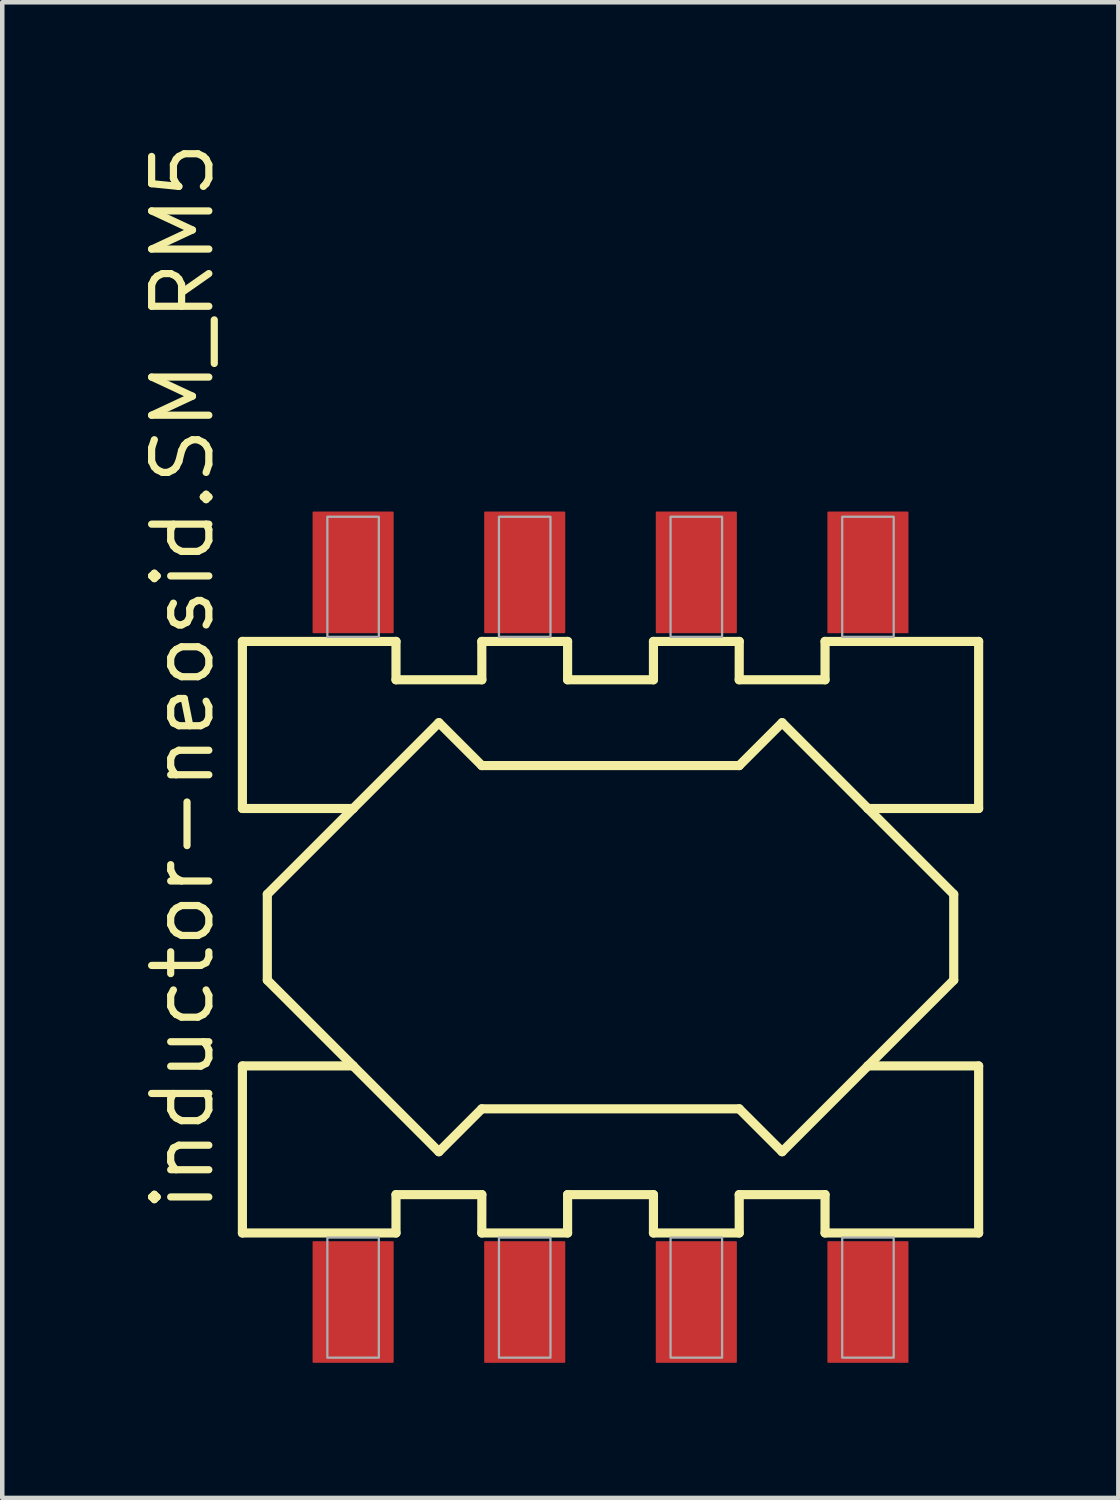
<source format=kicad_pcb>
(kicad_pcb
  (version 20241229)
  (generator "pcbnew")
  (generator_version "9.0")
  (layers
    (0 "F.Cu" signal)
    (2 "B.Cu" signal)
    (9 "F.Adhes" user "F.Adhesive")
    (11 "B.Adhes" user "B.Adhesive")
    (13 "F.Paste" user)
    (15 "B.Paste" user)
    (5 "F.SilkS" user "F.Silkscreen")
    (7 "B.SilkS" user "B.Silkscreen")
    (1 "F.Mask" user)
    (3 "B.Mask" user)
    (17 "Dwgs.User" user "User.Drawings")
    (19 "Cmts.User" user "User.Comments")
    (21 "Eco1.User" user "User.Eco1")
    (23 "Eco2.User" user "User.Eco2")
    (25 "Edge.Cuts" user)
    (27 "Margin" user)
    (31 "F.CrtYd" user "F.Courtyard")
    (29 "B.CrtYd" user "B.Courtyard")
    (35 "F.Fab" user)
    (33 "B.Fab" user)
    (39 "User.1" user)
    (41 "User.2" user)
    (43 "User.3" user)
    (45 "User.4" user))
  (footprint "inductor-neosid.SM_RM5"
    (layer "F.Cu")
    (at 10.505 17.758)
    (property "Reference" "inductor-neosid.SM_RM5" (at -8.755 6.175 90) (layer "F.SilkS") (effects (font (size 1.27 1.27) (thickness 0.16)) (justify left bottom)))
    (attr smd)
    (fp_line (start -8.173 -6.567) (end -4.763 -6.567) (stroke (width 0.203) (type default)) (layer "F.SilkS"))
    (fp_line (start -8.173 -2.858) (end -8.173 -6.567) (stroke (width 0.203) (type default)) (layer "F.SilkS"))
    (fp_line (start -8.173 2.858) (end -5.715 2.857) (stroke (width 0.203) (type default)) (layer "F.SilkS"))
    (fp_line (start -8.173 6.567) (end -8.173 2.858) (stroke (width 0.203) (type default)) (layer "F.SilkS"))
    (fp_line (start -7.62 -0.953) (end -5.715 -2.857) (stroke (width 0.203) (type default)) (layer "F.SilkS"))
    (fp_line (start -7.62 0.953) (end -7.62 -0.953) (stroke (width 0.203) (type default)) (layer "F.SilkS"))
    (fp_line (start -5.715 -2.857) (end -8.173 -2.858) (stroke (width 0.203) (type default)) (layer "F.SilkS"))
    (fp_line (start -5.715 -2.857) (end -3.81 -4.763) (stroke (width 0.203) (type default)) (layer "F.SilkS"))
    (fp_line (start -5.715 2.857) (end -7.62 0.953) (stroke (width 0.203) (type default)) (layer "F.SilkS"))
    (fp_line (start -4.763 -6.567) (end -4.763 -5.715) (stroke (width 0.203) (type default)) (layer "F.SilkS"))
    (fp_line (start -4.763 6.567) (end -8.173 6.567) (stroke (width 0.203) (type default)) (layer "F.SilkS"))
    (fp_line (start -4.763 -5.715) (end -2.857 -5.715) (stroke (width 0.203) (type default)) (layer "F.SilkS"))
    (fp_line (start -4.763 5.715) (end -4.763 6.567) (stroke (width 0.203) (type default)) (layer "F.SilkS"))
    (fp_line (start -3.81 -4.763) (end -2.857 -3.81) (stroke (width 0.203) (type default)) (layer "F.SilkS"))
    (fp_line (start -3.81 4.763) (end -5.715 2.857) (stroke (width 0.203) (type default)) (layer "F.SilkS"))
    (fp_line (start -2.858 -6.567) (end -0.953 -6.567) (stroke (width 0.203) (type default)) (layer "F.SilkS"))
    (fp_line (start -2.858 6.567) (end -2.857 5.715) (stroke (width 0.203) (type default)) (layer "F.SilkS"))
    (fp_line (start -2.857 -5.715) (end -2.858 -6.567) (stroke (width 0.203) (type default)) (layer "F.SilkS"))
    (fp_line (start -2.857 -3.81) (end 2.857 -3.81) (stroke (width 0.203) (type default)) (layer "F.SilkS"))
    (fp_line (start -2.857 3.81) (end -3.81 4.763) (stroke (width 0.203) (type default)) (layer "F.SilkS"))
    (fp_line (start -2.857 5.715) (end -4.763 5.715) (stroke (width 0.203) (type default)) (layer "F.SilkS"))
    (fp_line (start -0.953 -6.567) (end -0.953 -5.715) (stroke (width 0.203) (type default)) (layer "F.SilkS"))
    (fp_line (start -0.953 6.567) (end -2.858 6.567) (stroke (width 0.203) (type default)) (layer "F.SilkS"))
    (fp_line (start -0.953 -5.715) (end 0.953 -5.715) (stroke (width 0.203) (type default)) (layer "F.SilkS"))
    (fp_line (start -0.953 5.715) (end -0.953 6.567) (stroke (width 0.203) (type default)) (layer "F.SilkS"))
    (fp_line (start 0.953 -5.715) (end 0.953 -6.567) (stroke (width 0.203) (type default)) (layer "F.SilkS"))
    (fp_line (start 0.953 5.715) (end -0.953 5.715) (stroke (width 0.203) (type default)) (layer "F.SilkS"))
    (fp_line (start 0.953 -6.567) (end 2.858 -6.567) (stroke (width 0.203) (type default)) (layer "F.SilkS"))
    (fp_line (start 0.953 6.567) (end 0.953 5.715) (stroke (width 0.203) (type default)) (layer "F.SilkS"))
    (fp_line (start 2.857 -5.715) (end 4.763 -5.715) (stroke (width 0.203) (type default)) (layer "F.SilkS"))
    (fp_line (start 2.857 -3.81) (end 3.81 -4.763) (stroke (width 0.203) (type default)) (layer "F.SilkS"))
    (fp_line (start 2.857 3.81) (end -2.857 3.81) (stroke (width 0.203) (type default)) (layer "F.SilkS"))
    (fp_line (start 2.857 5.715) (end 2.858 6.567) (stroke (width 0.203) (type default)) (layer "F.SilkS"))
    (fp_line (start 2.858 -6.567) (end 2.857 -5.715) (stroke (width 0.203) (type default)) (layer "F.SilkS"))
    (fp_line (start 2.858 6.567) (end 0.953 6.567) (stroke (width 0.203) (type default)) (layer "F.SilkS"))
    (fp_line (start 3.81 -4.763) (end 5.715 -2.857) (stroke (width 0.203) (type default)) (layer "F.SilkS"))
    (fp_line (start 3.81 4.763) (end 2.857 3.81) (stroke (width 0.203) (type default)) (layer "F.SilkS"))
    (fp_line (start 4.763 -5.715) (end 4.763 -6.567) (stroke (width 0.203) (type default)) (layer "F.SilkS"))
    (fp_line (start 4.763 5.715) (end 2.857 5.715) (stroke (width 0.203) (type default)) (layer "F.SilkS"))
    (fp_line (start 4.763 -6.567) (end 8.173 -6.567) (stroke (width 0.203) (type default)) (layer "F.SilkS"))
    (fp_line (start 4.763 6.567) (end 4.763 5.715) (stroke (width 0.203) (type default)) (layer "F.SilkS"))
    (fp_line (start 5.715 -2.857) (end 7.62 -0.953) (stroke (width 0.203) (type default)) (layer "F.SilkS"))
    (fp_line (start 5.715 2.857) (end 3.81 4.763) (stroke (width 0.203) (type default)) (layer "F.SilkS"))
    (fp_line (start 5.715 2.857) (end 8.173 2.858) (stroke (width 0.203) (type default)) (layer "F.SilkS"))
    (fp_line (start 7.62 -0.953) (end 7.62 0.953) (stroke (width 0.203) (type default)) (layer "F.SilkS"))
    (fp_line (start 7.62 0.953) (end 5.715 2.857) (stroke (width 0.203) (type default)) (layer "F.SilkS"))
    (fp_line (start 8.173 -6.567) (end 8.173 -2.858) (stroke (width 0.203) (type default)) (layer "F.SilkS"))
    (fp_line (start 8.173 -2.858) (end 5.715 -2.857) (stroke (width 0.203) (type default)) (layer "F.SilkS"))
    (fp_line (start 8.173 2.858) (end 8.173 6.567) (stroke (width 0.203) (type default)) (layer "F.SilkS"))
    (fp_line (start 8.173 6.567) (end 4.763 6.567) (stroke (width 0.203) (type default)) (layer "F.SilkS"))
    (fp_rect (start -6.287 -6.668) (end -5.144 -9.335) (stroke (width 0.05) (type default)) (fill no) (layer "F.Fab"))
    (fp_rect (start -6.287 9.335) (end -5.144 6.668) (stroke (width 0.05) (type default)) (fill no) (layer "F.Fab"))
    (fp_rect (start -2.477 -6.668) (end -1.333 -9.335) (stroke (width 0.05) (type default)) (fill no) (layer "F.Fab"))
    (fp_rect (start -2.477 9.335) (end -1.333 6.668) (stroke (width 0.05) (type default)) (fill no) (layer "F.Fab"))
    (fp_rect (start 1.333 -6.668) (end 2.477 -9.335) (stroke (width 0.05) (type default)) (fill no) (layer "F.Fab"))
    (fp_rect (start 1.333 9.335) (end 2.477 6.668) (stroke (width 0.05) (type default)) (fill no) (layer "F.Fab"))
    (fp_rect (start 5.144 -6.668) (end 6.287 -9.335) (stroke (width 0.05) (type default)) (fill no) (layer "F.Fab"))
    (fp_rect (start 5.144 9.335) (end 6.287 6.668) (stroke (width 0.05) (type default)) (fill no) (layer "F.Fab"))
    (pad "1" smd roundrect (at -5.715 -8.1) (size 1.8 2.7) (layers "F.Cu" "F.Mask" "F.Paste") (roundrect_rratio 0.01))
    (pad "2" smd roundrect (at -1.905 -8.1) (size 1.8 2.7) (layers "F.Cu" "F.Mask" "F.Paste") (roundrect_rratio 0.01))
    (pad "3" smd roundrect (at 1.905 -8.1) (size 1.8 2.7) (layers "F.Cu" "F.Mask" "F.Paste") (roundrect_rratio 0.01))
    (pad "4" smd roundrect (at 5.715 -8.1) (size 1.8 2.7) (layers "F.Cu" "F.Mask" "F.Paste") (roundrect_rratio 0.01))
    (pad "5" smd roundrect (at 5.715 8.1) (size 1.8 2.7) (layers "F.Cu" "F.Mask" "F.Paste") (roundrect_rratio 0.01))
    (pad "6" smd roundrect (at 1.905 8.1) (size 1.8 2.7) (layers "F.Cu" "F.Mask" "F.Paste") (roundrect_rratio 0.01))
    (pad "7" smd roundrect (at -1.905 8.1) (size 1.8 2.7) (layers "F.Cu" "F.Mask" "F.Paste") (roundrect_rratio 0.01))
    (pad "8" smd roundrect (at -5.715 8.1) (size 1.8 2.7) (layers "F.Cu" "F.Mask" "F.Paste") (roundrect_rratio 0.01)))
  (gr_rect
    (start -3 -3)
    (end 21.78 30.208)
    (stroke (width 0.1) (type default))
    (fill no)
    (layer "Edge.Cuts")))
</source>
